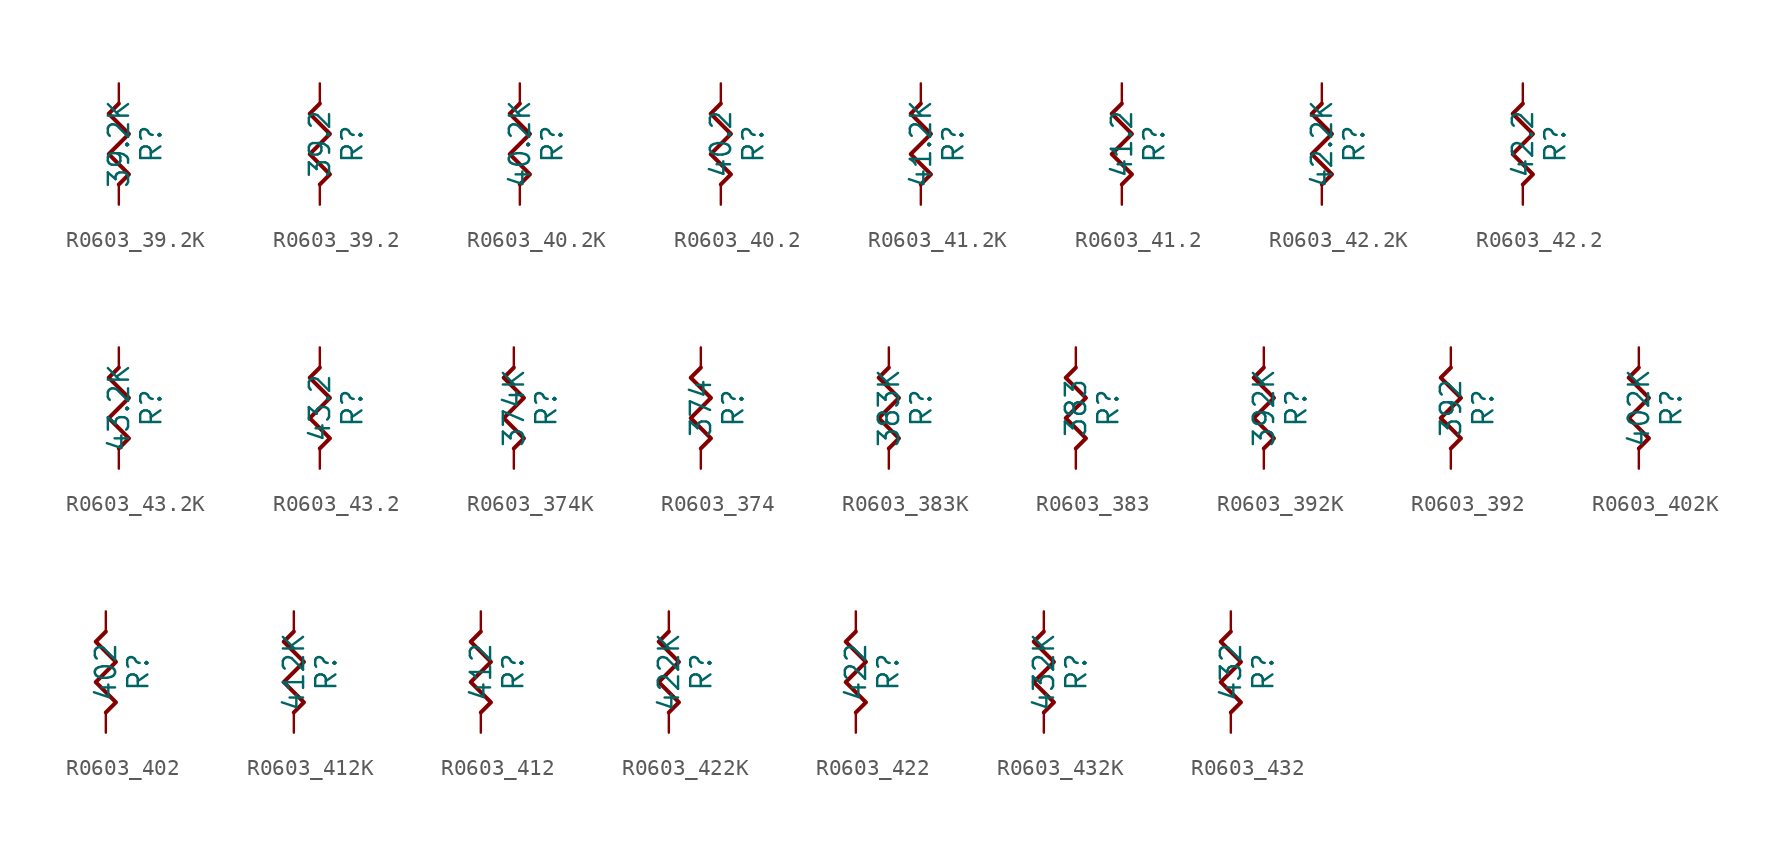
<source format=kicad_sym>
(kicad_symbol_lib
  (version 20211014)
  (generator atlantix-eda)
  (symbol "R0603_39.2K"
    (pin_numbers hide)
    (pin_names
      (offset 0))
    (property "Reference" "R"
      (at 2.032 0 90)
      (effects (font (size 1.27 1.27))))
    (property "Value" "39.2K"
      (at 0 0 90)
      (effects (font (size 1.27 1.27))))
    (symbol "R0603_39.2K_0_1"
      (polyline (pts (xy 0 -2.54) (xy 0.635 -1.905) (xy -0.635 -0.635) (xy 0.635 0.635) (xy -0.635 1.905) (xy 0 2.54)) (stroke (width 0.254) (type default) (color 0 0 0 0)) (fill (type none))))
    (symbol "R0603_39.2K_1_1"
      (pin passive line (at 0 3.81 270) (length 1.27) (name "~" (effects (font (size 1.27 1.27)))) (number "1" (effects (font (size 1.27 1.27)))))
      (pin passive line (at 0 -3.81 90) (length 1.27) (name "~" (effects (font (size 1.27 1.27)))) (number "2" (effects (font (size 1.27 1.27)))))))
  (symbol "R0603_39.2"
    (pin_numbers hide)
    (pin_names
      (offset 0))
    (property "Reference" "R"
      (at 2.032 0 90)
      (effects (font (size 1.27 1.27))))
    (property "Value" "39.2"
      (at 0 0 90)
      (effects (font (size 1.27 1.27))))
    (symbol "R0603_39.2_0_1"
      (polyline (pts (xy 0 -2.54) (xy 0.635 -1.905) (xy -0.635 -0.635) (xy 0.635 0.635) (xy -0.635 1.905) (xy 0 2.54)) (stroke (width 0.254) (type default) (color 0 0 0 0)) (fill (type none))))
    (symbol "R0603_39.2_1_1"
      (pin passive line (at 0 3.81 270) (length 1.27) (name "~" (effects (font (size 1.27 1.27)))) (number "1" (effects (font (size 1.27 1.27)))))
      (pin passive line (at 0 -3.81 90) (length 1.27) (name "~" (effects (font (size 1.27 1.27)))) (number "2" (effects (font (size 1.27 1.27)))))))
  (symbol "R0603_40.2K"
    (pin_numbers hide)
    (pin_names
      (offset 0))
    (property "Reference" "R"
      (at 2.032 0 90)
      (effects (font (size 1.27 1.27))))
    (property "Value" "40.2K"
      (at 0 0 90)
      (effects (font (size 1.27 1.27))))
    (symbol "R0603_40.2K_0_1"
      (polyline (pts (xy 0 -2.54) (xy 0.635 -1.905) (xy -0.635 -0.635) (xy 0.635 0.635) (xy -0.635 1.905) (xy 0 2.54)) (stroke (width 0.254) (type default) (color 0 0 0 0)) (fill (type none))))
    (symbol "R0603_40.2K_1_1"
      (pin passive line (at 0 3.81 270) (length 1.27) (name "~" (effects (font (size 1.27 1.27)))) (number "1" (effects (font (size 1.27 1.27)))))
      (pin passive line (at 0 -3.81 90) (length 1.27) (name "~" (effects (font (size 1.27 1.27)))) (number "2" (effects (font (size 1.27 1.27)))))))
  (symbol "R0603_40.2"
    (pin_numbers hide)
    (pin_names
      (offset 0))
    (property "Reference" "R"
      (at 2.032 0 90)
      (effects (font (size 1.27 1.27))))
    (property "Value" "40.2"
      (at 0 0 90)
      (effects (font (size 1.27 1.27))))
    (symbol "R0603_40.2_0_1"
      (polyline (pts (xy 0 -2.54) (xy 0.635 -1.905) (xy -0.635 -0.635) (xy 0.635 0.635) (xy -0.635 1.905) (xy 0 2.54)) (stroke (width 0.254) (type default) (color 0 0 0 0)) (fill (type none))))
    (symbol "R0603_40.2_1_1"
      (pin passive line (at 0 3.81 270) (length 1.27) (name "~" (effects (font (size 1.27 1.27)))) (number "1" (effects (font (size 1.27 1.27)))))
      (pin passive line (at 0 -3.81 90) (length 1.27) (name "~" (effects (font (size 1.27 1.27)))) (number "2" (effects (font (size 1.27 1.27)))))))
  (symbol "R0603_41.2K"
    (pin_numbers hide)
    (pin_names
      (offset 0))
    (property "Reference" "R"
      (at 2.032 0 90)
      (effects (font (size 1.27 1.27))))
    (property "Value" "41.2K"
      (at 0 0 90)
      (effects (font (size 1.27 1.27))))
    (symbol "R0603_41.2K_0_1"
      (polyline (pts (xy 0 -2.54) (xy 0.635 -1.905) (xy -0.635 -0.635) (xy 0.635 0.635) (xy -0.635 1.905) (xy 0 2.54)) (stroke (width 0.254) (type default) (color 0 0 0 0)) (fill (type none))))
    (symbol "R0603_41.2K_1_1"
      (pin passive line (at 0 3.81 270) (length 1.27) (name "~" (effects (font (size 1.27 1.27)))) (number "1" (effects (font (size 1.27 1.27)))))
      (pin passive line (at 0 -3.81 90) (length 1.27) (name "~" (effects (font (size 1.27 1.27)))) (number "2" (effects (font (size 1.27 1.27)))))))
  (symbol "R0603_41.2"
    (pin_numbers hide)
    (pin_names
      (offset 0))
    (property "Reference" "R"
      (at 2.032 0 90)
      (effects (font (size 1.27 1.27))))
    (property "Value" "41.2"
      (at 0 0 90)
      (effects (font (size 1.27 1.27))))
    (symbol "R0603_41.2_0_1"
      (polyline (pts (xy 0 -2.54) (xy 0.635 -1.905) (xy -0.635 -0.635) (xy 0.635 0.635) (xy -0.635 1.905) (xy 0 2.54)) (stroke (width 0.254) (type default) (color 0 0 0 0)) (fill (type none))))
    (symbol "R0603_41.2_1_1"
      (pin passive line (at 0 3.81 270) (length 1.27) (name "~" (effects (font (size 1.27 1.27)))) (number "1" (effects (font (size 1.27 1.27)))))
      (pin passive line (at 0 -3.81 90) (length 1.27) (name "~" (effects (font (size 1.27 1.27)))) (number "2" (effects (font (size 1.27 1.27)))))))
  (symbol "R0603_42.2K"
    (pin_numbers hide)
    (pin_names
      (offset 0))
    (property "Reference" "R"
      (at 2.032 0 90)
      (effects (font (size 1.27 1.27))))
    (property "Value" "42.2K"
      (at 0 0 90)
      (effects (font (size 1.27 1.27))))
    (symbol "R0603_42.2K_0_1"
      (polyline (pts (xy 0 -2.54) (xy 0.635 -1.905) (xy -0.635 -0.635) (xy 0.635 0.635) (xy -0.635 1.905) (xy 0 2.54)) (stroke (width 0.254) (type default) (color 0 0 0 0)) (fill (type none))))
    (symbol "R0603_42.2K_1_1"
      (pin passive line (at 0 3.81 270) (length 1.27) (name "~" (effects (font (size 1.27 1.27)))) (number "1" (effects (font (size 1.27 1.27)))))
      (pin passive line (at 0 -3.81 90) (length 1.27) (name "~" (effects (font (size 1.27 1.27)))) (number "2" (effects (font (size 1.27 1.27)))))))
  (symbol "R0603_42.2"
    (pin_numbers hide)
    (pin_names
      (offset 0))
    (property "Reference" "R"
      (at 2.032 0 90)
      (effects (font (size 1.27 1.27))))
    (property "Value" "42.2"
      (at 0 0 90)
      (effects (font (size 1.27 1.27))))
    (symbol "R0603_42.2_0_1"
      (polyline (pts (xy 0 -2.54) (xy 0.635 -1.905) (xy -0.635 -0.635) (xy 0.635 0.635) (xy -0.635 1.905) (xy 0 2.54)) (stroke (width 0.254) (type default) (color 0 0 0 0)) (fill (type none))))
    (symbol "R0603_42.2_1_1"
      (pin passive line (at 0 3.81 270) (length 1.27) (name "~" (effects (font (size 1.27 1.27)))) (number "1" (effects (font (size 1.27 1.27)))))
      (pin passive line (at 0 -3.81 90) (length 1.27) (name "~" (effects (font (size 1.27 1.27)))) (number "2" (effects (font (size 1.27 1.27)))))))
  (symbol "R0603_43.2K"
    (pin_numbers hide)
    (pin_names
      (offset 0))
    (property "Reference" "R"
      (at 2.032 0 90)
      (effects (font (size 1.27 1.27))))
    (property "Value" "43.2K"
      (at 0 0 90)
      (effects (font (size 1.27 1.27))))
    (symbol "R0603_43.2K_0_1"
      (polyline (pts (xy 0 -2.54) (xy 0.635 -1.905) (xy -0.635 -0.635) (xy 0.635 0.635) (xy -0.635 1.905) (xy 0 2.54)) (stroke (width 0.254) (type default) (color 0 0 0 0)) (fill (type none))))
    (symbol "R0603_43.2K_1_1"
      (pin passive line (at 0 3.81 270) (length 1.27) (name "~" (effects (font (size 1.27 1.27)))) (number "1" (effects (font (size 1.27 1.27)))))
      (pin passive line (at 0 -3.81 90) (length 1.27) (name "~" (effects (font (size 1.27 1.27)))) (number "2" (effects (font (size 1.27 1.27)))))))
  (symbol "R0603_43.2"
    (pin_numbers hide)
    (pin_names
      (offset 0))
    (property "Reference" "R"
      (at 2.032 0 90)
      (effects (font (size 1.27 1.27))))
    (property "Value" "43.2"
      (at 0 0 90)
      (effects (font (size 1.27 1.27))))
    (symbol "R0603_43.2_0_1"
      (polyline (pts (xy 0 -2.54) (xy 0.635 -1.905) (xy -0.635 -0.635) (xy 0.635 0.635) (xy -0.635 1.905) (xy 0 2.54)) (stroke (width 0.254) (type default) (color 0 0 0 0)) (fill (type none))))
    (symbol "R0603_43.2_1_1"
      (pin passive line (at 0 3.81 270) (length 1.27) (name "~" (effects (font (size 1.27 1.27)))) (number "1" (effects (font (size 1.27 1.27)))))
      (pin passive line (at 0 -3.81 90) (length 1.27) (name "~" (effects (font (size 1.27 1.27)))) (number "2" (effects (font (size 1.27 1.27)))))))
  (symbol "R0603_374K"
    (pin_numbers hide)
    (pin_names
      (offset 0))
    (property "Reference" "R"
      (at 2.032 0 90)
      (effects (font (size 1.27 1.27))))
    (property "Value" "374K"
      (at 0 0 90)
      (effects (font (size 1.27 1.27))))
    (symbol "R0603_374K_0_1"
      (polyline (pts (xy 0 -2.54) (xy 0.635 -1.905) (xy -0.635 -0.635) (xy 0.635 0.635) (xy -0.635 1.905) (xy 0 2.54)) (stroke (width 0.254) (type default) (color 0 0 0 0)) (fill (type none))))
    (symbol "R0603_374K_1_1"
      (pin passive line (at 0 3.81 270) (length 1.27) (name "~" (effects (font (size 1.27 1.27)))) (number "1" (effects (font (size 1.27 1.27)))))
      (pin passive line (at 0 -3.81 90) (length 1.27) (name "~" (effects (font (size 1.27 1.27)))) (number "2" (effects (font (size 1.27 1.27)))))))
  (symbol "R0603_374"
    (pin_numbers hide)
    (pin_names
      (offset 0))
    (property "Reference" "R"
      (at 2.032 0 90)
      (effects (font (size 1.27 1.27))))
    (property "Value" "374"
      (at 0 0 90)
      (effects (font (size 1.27 1.27))))
    (symbol "R0603_374_0_1"
      (polyline (pts (xy 0 -2.54) (xy 0.635 -1.905) (xy -0.635 -0.635) (xy 0.635 0.635) (xy -0.635 1.905) (xy 0 2.54)) (stroke (width 0.254) (type default) (color 0 0 0 0)) (fill (type none))))
    (symbol "R0603_374_1_1"
      (pin passive line (at 0 3.81 270) (length 1.27) (name "~" (effects (font (size 1.27 1.27)))) (number "1" (effects (font (size 1.27 1.27)))))
      (pin passive line (at 0 -3.81 90) (length 1.27) (name "~" (effects (font (size 1.27 1.27)))) (number "2" (effects (font (size 1.27 1.27)))))))
  (symbol "R0603_383K"
    (pin_numbers hide)
    (pin_names
      (offset 0))
    (property "Reference" "R"
      (at 2.032 0 90)
      (effects (font (size 1.27 1.27))))
    (property "Value" "383K"
      (at 0 0 90)
      (effects (font (size 1.27 1.27))))
    (symbol "R0603_383K_0_1"
      (polyline (pts (xy 0 -2.54) (xy 0.635 -1.905) (xy -0.635 -0.635) (xy 0.635 0.635) (xy -0.635 1.905) (xy 0 2.54)) (stroke (width 0.254) (type default) (color 0 0 0 0)) (fill (type none))))
    (symbol "R0603_383K_1_1"
      (pin passive line (at 0 3.81 270) (length 1.27) (name "~" (effects (font (size 1.27 1.27)))) (number "1" (effects (font (size 1.27 1.27)))))
      (pin passive line (at 0 -3.81 90) (length 1.27) (name "~" (effects (font (size 1.27 1.27)))) (number "2" (effects (font (size 1.27 1.27)))))))
  (symbol "R0603_383"
    (pin_numbers hide)
    (pin_names
      (offset 0))
    (property "Reference" "R"
      (at 2.032 0 90)
      (effects (font (size 1.27 1.27))))
    (property "Value" "383"
      (at 0 0 90)
      (effects (font (size 1.27 1.27))))
    (symbol "R0603_383_0_1"
      (polyline (pts (xy 0 -2.54) (xy 0.635 -1.905) (xy -0.635 -0.635) (xy 0.635 0.635) (xy -0.635 1.905) (xy 0 2.54)) (stroke (width 0.254) (type default) (color 0 0 0 0)) (fill (type none))))
    (symbol "R0603_383_1_1"
      (pin passive line (at 0 3.81 270) (length 1.27) (name "~" (effects (font (size 1.27 1.27)))) (number "1" (effects (font (size 1.27 1.27)))))
      (pin passive line (at 0 -3.81 90) (length 1.27) (name "~" (effects (font (size 1.27 1.27)))) (number "2" (effects (font (size 1.27 1.27)))))))
  (symbol "R0603_392K"
    (pin_numbers hide)
    (pin_names
      (offset 0))
    (property "Reference" "R"
      (at 2.032 0 90)
      (effects (font (size 1.27 1.27))))
    (property "Value" "392K"
      (at 0 0 90)
      (effects (font (size 1.27 1.27))))
    (symbol "R0603_392K_0_1"
      (polyline (pts (xy 0 -2.54) (xy 0.635 -1.905) (xy -0.635 -0.635) (xy 0.635 0.635) (xy -0.635 1.905) (xy 0 2.54)) (stroke (width 0.254) (type default) (color 0 0 0 0)) (fill (type none))))
    (symbol "R0603_392K_1_1"
      (pin passive line (at 0 3.81 270) (length 1.27) (name "~" (effects (font (size 1.27 1.27)))) (number "1" (effects (font (size 1.27 1.27)))))
      (pin passive line (at 0 -3.81 90) (length 1.27) (name "~" (effects (font (size 1.27 1.27)))) (number "2" (effects (font (size 1.27 1.27)))))))
  (symbol "R0603_392"
    (pin_numbers hide)
    (pin_names
      (offset 0))
    (property "Reference" "R"
      (at 2.032 0 90)
      (effects (font (size 1.27 1.27))))
    (property "Value" "392"
      (at 0 0 90)
      (effects (font (size 1.27 1.27))))
    (symbol "R0603_392_0_1"
      (polyline (pts (xy 0 -2.54) (xy 0.635 -1.905) (xy -0.635 -0.635) (xy 0.635 0.635) (xy -0.635 1.905) (xy 0 2.54)) (stroke (width 0.254) (type default) (color 0 0 0 0)) (fill (type none))))
    (symbol "R0603_392_1_1"
      (pin passive line (at 0 3.81 270) (length 1.27) (name "~" (effects (font (size 1.27 1.27)))) (number "1" (effects (font (size 1.27 1.27)))))
      (pin passive line (at 0 -3.81 90) (length 1.27) (name "~" (effects (font (size 1.27 1.27)))) (number "2" (effects (font (size 1.27 1.27)))))))
  (symbol "R0603_402K"
    (pin_numbers hide)
    (pin_names
      (offset 0))
    (property "Reference" "R"
      (at 2.032 0 90)
      (effects (font (size 1.27 1.27))))
    (property "Value" "402K"
      (at 0 0 90)
      (effects (font (size 1.27 1.27))))
    (symbol "R0603_402K_0_1"
      (polyline (pts (xy 0 -2.54) (xy 0.635 -1.905) (xy -0.635 -0.635) (xy 0.635 0.635) (xy -0.635 1.905) (xy 0 2.54)) (stroke (width 0.254) (type default) (color 0 0 0 0)) (fill (type none))))
    (symbol "R0603_402K_1_1"
      (pin passive line (at 0 3.81 270) (length 1.27) (name "~" (effects (font (size 1.27 1.27)))) (number "1" (effects (font (size 1.27 1.27)))))
      (pin passive line (at 0 -3.81 90) (length 1.27) (name "~" (effects (font (size 1.27 1.27)))) (number "2" (effects (font (size 1.27 1.27)))))))
  (symbol "R0603_402"
    (pin_numbers hide)
    (pin_names
      (offset 0))
    (property "Reference" "R"
      (at 2.032 0 90)
      (effects (font (size 1.27 1.27))))
    (property "Value" "402"
      (at 0 0 90)
      (effects (font (size 1.27 1.27))))
    (symbol "R0603_402_0_1"
      (polyline (pts (xy 0 -2.54) (xy 0.635 -1.905) (xy -0.635 -0.635) (xy 0.635 0.635) (xy -0.635 1.905) (xy 0 2.54)) (stroke (width 0.254) (type default) (color 0 0 0 0)) (fill (type none))))
    (symbol "R0603_402_1_1"
      (pin passive line (at 0 3.81 270) (length 1.27) (name "~" (effects (font (size 1.27 1.27)))) (number "1" (effects (font (size 1.27 1.27)))))
      (pin passive line (at 0 -3.81 90) (length 1.27) (name "~" (effects (font (size 1.27 1.27)))) (number "2" (effects (font (size 1.27 1.27)))))))
  (symbol "R0603_412K"
    (pin_numbers hide)
    (pin_names
      (offset 0))
    (property "Reference" "R"
      (at 2.032 0 90)
      (effects (font (size 1.27 1.27))))
    (property "Value" "412K"
      (at 0 0 90)
      (effects (font (size 1.27 1.27))))
    (symbol "R0603_412K_0_1"
      (polyline (pts (xy 0 -2.54) (xy 0.635 -1.905) (xy -0.635 -0.635) (xy 0.635 0.635) (xy -0.635 1.905) (xy 0 2.54)) (stroke (width 0.254) (type default) (color 0 0 0 0)) (fill (type none))))
    (symbol "R0603_412K_1_1"
      (pin passive line (at 0 3.81 270) (length 1.27) (name "~" (effects (font (size 1.27 1.27)))) (number "1" (effects (font (size 1.27 1.27)))))
      (pin passive line (at 0 -3.81 90) (length 1.27) (name "~" (effects (font (size 1.27 1.27)))) (number "2" (effects (font (size 1.27 1.27)))))))
  (symbol "R0603_412"
    (pin_numbers hide)
    (pin_names
      (offset 0))
    (property "Reference" "R"
      (at 2.032 0 90)
      (effects (font (size 1.27 1.27))))
    (property "Value" "412"
      (at 0 0 90)
      (effects (font (size 1.27 1.27))))
    (symbol "R0603_412_0_1"
      (polyline (pts (xy 0 -2.54) (xy 0.635 -1.905) (xy -0.635 -0.635) (xy 0.635 0.635) (xy -0.635 1.905) (xy 0 2.54)) (stroke (width 0.254) (type default) (color 0 0 0 0)) (fill (type none))))
    (symbol "R0603_412_1_1"
      (pin passive line (at 0 3.81 270) (length 1.27) (name "~" (effects (font (size 1.27 1.27)))) (number "1" (effects (font (size 1.27 1.27)))))
      (pin passive line (at 0 -3.81 90) (length 1.27) (name "~" (effects (font (size 1.27 1.27)))) (number "2" (effects (font (size 1.27 1.27)))))))
  (symbol "R0603_422K"
    (pin_numbers hide)
    (pin_names
      (offset 0))
    (property "Reference" "R"
      (at 2.032 0 90)
      (effects (font (size 1.27 1.27))))
    (property "Value" "422K"
      (at 0 0 90)
      (effects (font (size 1.27 1.27))))
    (symbol "R0603_422K_0_1"
      (polyline (pts (xy 0 -2.54) (xy 0.635 -1.905) (xy -0.635 -0.635) (xy 0.635 0.635) (xy -0.635 1.905) (xy 0 2.54)) (stroke (width 0.254) (type default) (color 0 0 0 0)) (fill (type none))))
    (symbol "R0603_422K_1_1"
      (pin passive line (at 0 3.81 270) (length 1.27) (name "~" (effects (font (size 1.27 1.27)))) (number "1" (effects (font (size 1.27 1.27)))))
      (pin passive line (at 0 -3.81 90) (length 1.27) (name "~" (effects (font (size 1.27 1.27)))) (number "2" (effects (font (size 1.27 1.27)))))))
  (symbol "R0603_422"
    (pin_numbers hide)
    (pin_names
      (offset 0))
    (property "Reference" "R"
      (at 2.032 0 90)
      (effects (font (size 1.27 1.27))))
    (property "Value" "422"
      (at 0 0 90)
      (effects (font (size 1.27 1.27))))
    (symbol "R0603_422_0_1"
      (polyline (pts (xy 0 -2.54) (xy 0.635 -1.905) (xy -0.635 -0.635) (xy 0.635 0.635) (xy -0.635 1.905) (xy 0 2.54)) (stroke (width 0.254) (type default) (color 0 0 0 0)) (fill (type none))))
    (symbol "R0603_422_1_1"
      (pin passive line (at 0 3.81 270) (length 1.27) (name "~" (effects (font (size 1.27 1.27)))) (number "1" (effects (font (size 1.27 1.27)))))
      (pin passive line (at 0 -3.81 90) (length 1.27) (name "~" (effects (font (size 1.27 1.27)))) (number "2" (effects (font (size 1.27 1.27)))))))
  (symbol "R0603_432K"
    (pin_numbers hide)
    (pin_names
      (offset 0))
    (property "Reference" "R"
      (at 2.032 0 90)
      (effects (font (size 1.27 1.27))))
    (property "Value" "432K"
      (at 0 0 90)
      (effects (font (size 1.27 1.27))))
    (symbol "R0603_432K_0_1"
      (polyline (pts (xy 0 -2.54) (xy 0.635 -1.905) (xy -0.635 -0.635) (xy 0.635 0.635) (xy -0.635 1.905) (xy 0 2.54)) (stroke (width 0.254) (type default) (color 0 0 0 0)) (fill (type none))))
    (symbol "R0603_432K_1_1"
      (pin passive line (at 0 3.81 270) (length 1.27) (name "~" (effects (font (size 1.27 1.27)))) (number "1" (effects (font (size 1.27 1.27)))))
      (pin passive line (at 0 -3.81 90) (length 1.27) (name "~" (effects (font (size 1.27 1.27)))) (number "2" (effects (font (size 1.27 1.27)))))))
  (symbol "R0603_432"
    (pin_numbers hide)
    (pin_names
      (offset 0))
    (property "Reference" "R"
      (at 2.032 0 90)
      (effects (font (size 1.27 1.27))))
    (property "Value" "432"
      (at 0 0 90)
      (effects (font (size 1.27 1.27))))
    (symbol "R0603_432_0_1"
      (polyline (pts (xy 0 -2.54) (xy 0.635 -1.905) (xy -0.635 -0.635) (xy 0.635 0.635) (xy -0.635 1.905) (xy 0 2.54)) (stroke (width 0.254) (type default) (color 0 0 0 0)) (fill (type none))))
    (symbol "R0603_432_1_1"
      (pin passive line (at 0 3.81 270) (length 1.27) (name "~" (effects (font (size 1.27 1.27)))) (number "1" (effects (font (size 1.27 1.27)))))
      (pin passive line (at 0 -3.81 90) (length 1.27) (name "~" (effects (font (size 1.27 1.27)))) (number "2" (effects (font (size 1.27 1.27))))))))
</source>
